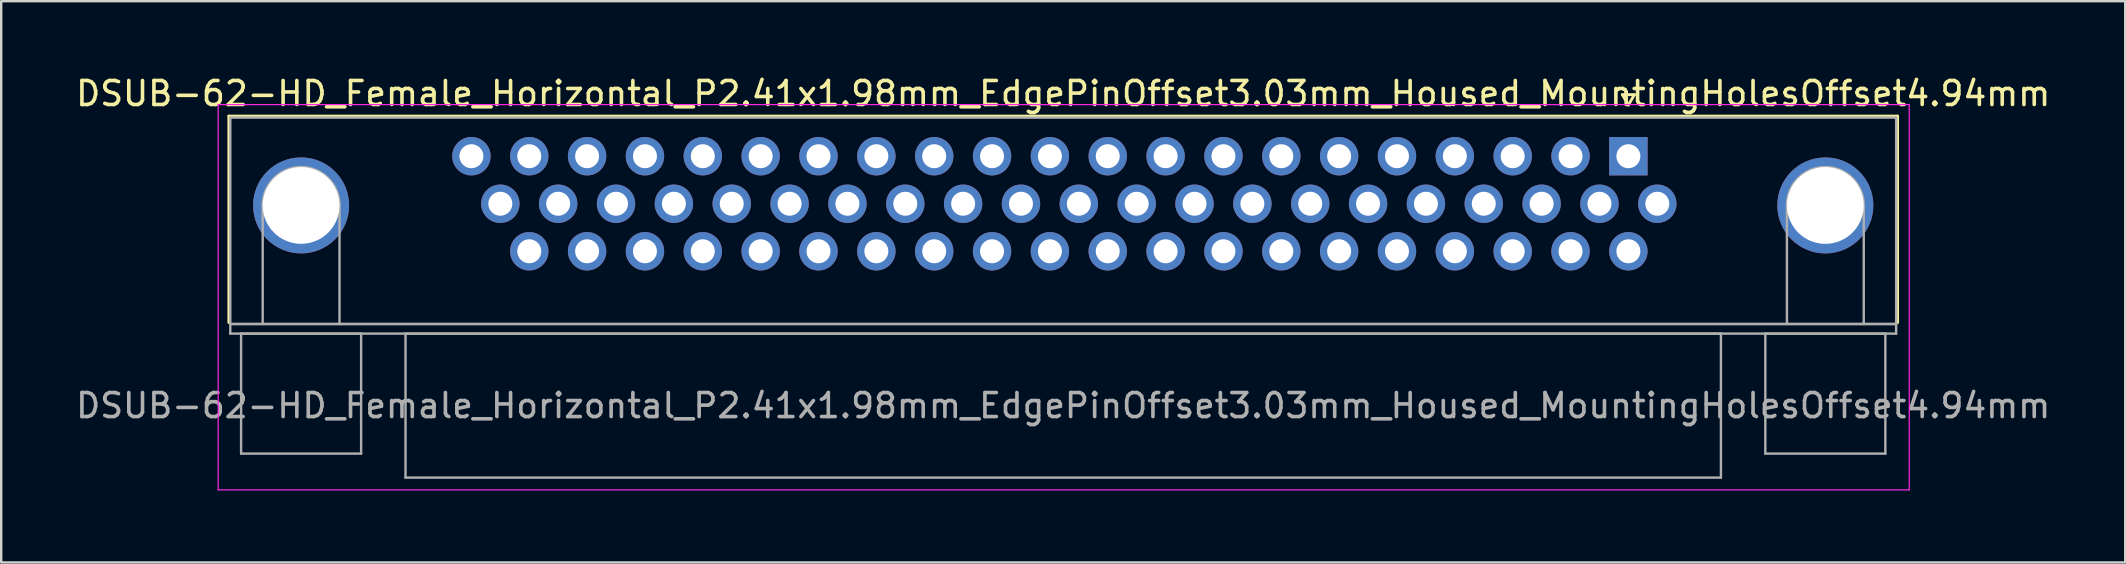
<source format=kicad_pcb>
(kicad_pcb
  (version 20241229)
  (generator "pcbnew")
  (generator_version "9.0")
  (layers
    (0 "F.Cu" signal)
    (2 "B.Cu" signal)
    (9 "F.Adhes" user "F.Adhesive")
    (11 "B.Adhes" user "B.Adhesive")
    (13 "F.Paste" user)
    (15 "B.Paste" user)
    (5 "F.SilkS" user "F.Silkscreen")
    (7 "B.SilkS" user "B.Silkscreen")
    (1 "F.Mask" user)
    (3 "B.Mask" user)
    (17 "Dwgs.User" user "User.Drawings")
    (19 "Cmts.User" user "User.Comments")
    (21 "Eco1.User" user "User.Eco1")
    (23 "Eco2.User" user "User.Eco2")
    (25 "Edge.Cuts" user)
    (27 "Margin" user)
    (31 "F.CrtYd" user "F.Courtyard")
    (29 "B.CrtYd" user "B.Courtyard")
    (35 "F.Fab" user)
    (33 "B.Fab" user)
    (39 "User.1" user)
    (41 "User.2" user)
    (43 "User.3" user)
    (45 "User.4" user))
  (footprint "DSUB-62-HD_Female_Horizontal_P2.41x1.98mm_EdgePinOffset3.03mm_Housed_MountingHolesOffset4.94mm"
    (layer "F.Cu")
    (at 64.789 3.458)
    (property "Reference" "DSUB-62-HD_Female_Horizontal_P2.41x1.98mm_EdgePinOffset3.03mm_Housed_MountingHolesOffset4.94mm" (at -23.545 -2.61 0) (layer "F.SilkS") (effects (font (size 1 1) (thickness 0.15))))
    (attr through_hole)
    (fp_line (start -58.305 -1.67) (end 11.215 -1.67) (stroke (width 0.12) (type solid)) (layer "F.SilkS"))
    (fp_line (start -58.305 6.93) (end -58.305 -1.67) (stroke (width 0.12) (type solid)) (layer "F.SilkS"))
    (fp_line (start -0.25 -2.564) (end 0.25 -2.564) (stroke (width 0.12) (type solid)) (layer "F.SilkS"))
    (fp_line (start 0 -2.131) (end -0.25 -2.564) (stroke (width 0.12) (type solid)) (layer "F.SilkS"))
    (fp_line (start 0.25 -2.564) (end 0 -2.131) (stroke (width 0.12) (type solid)) (layer "F.SilkS"))
    (fp_line (start 11.215 -1.67) (end 11.215 6.93) (stroke (width 0.12) (type solid)) (layer "F.SilkS"))
    (fp_line (start -58.75 -2.15) (end -58.75 13.9) (stroke (width 0.05) (type solid)) (layer "F.CrtYd"))
    (fp_line (start -58.75 13.9) (end 11.7 13.9) (stroke (width 0.05) (type solid)) (layer "F.CrtYd"))
    (fp_line (start 11.7 -2.15) (end -58.75 -2.15) (stroke (width 0.05) (type solid)) (layer "F.CrtYd"))
    (fp_line (start 11.7 13.9) (end 11.7 -2.15) (stroke (width 0.05) (type solid)) (layer "F.CrtYd"))
    (fp_line (start -58.245 -1.61) (end -58.245 6.99) (stroke (width 0.1) (type solid)) (layer "F.Fab"))
    (fp_line (start -58.245 6.99) (end -58.245 7.39) (stroke (width 0.1) (type solid)) (layer "F.Fab"))
    (fp_line (start -58.245 6.99) (end 11.155 6.99) (stroke (width 0.1) (type solid)) (layer "F.Fab"))
    (fp_line (start -58.245 7.39) (end 11.155 7.39) (stroke (width 0.1) (type solid)) (layer "F.Fab"))
    (fp_line (start -57.795 7.39) (end -57.795 12.39) (stroke (width 0.1) (type solid)) (layer "F.Fab"))
    (fp_line (start -57.795 12.39) (end -52.795 12.39) (stroke (width 0.1) (type solid)) (layer "F.Fab"))
    (fp_line (start -56.895 6.99) (end -56.895 2.05) (stroke (width 0.1) (type solid)) (layer "F.Fab"))
    (fp_line (start -53.695 6.99) (end -53.695 2.05) (stroke (width 0.1) (type solid)) (layer "F.Fab"))
    (fp_line (start -52.795 7.39) (end -57.795 7.39) (stroke (width 0.1) (type solid)) (layer "F.Fab"))
    (fp_line (start -52.795 12.39) (end -52.795 7.39) (stroke (width 0.1) (type solid)) (layer "F.Fab"))
    (fp_line (start -50.945 7.39) (end -50.945 13.39) (stroke (width 0.1) (type solid)) (layer "F.Fab"))
    (fp_line (start -50.945 13.39) (end 3.855 13.39) (stroke (width 0.1) (type solid)) (layer "F.Fab"))
    (fp_line (start 3.855 7.39) (end -50.945 7.39) (stroke (width 0.1) (type solid)) (layer "F.Fab"))
    (fp_line (start 3.855 13.39) (end 3.855 7.39) (stroke (width 0.1) (type solid)) (layer "F.Fab"))
    (fp_line (start 5.705 7.39) (end 5.705 12.39) (stroke (width 0.1) (type solid)) (layer "F.Fab"))
    (fp_line (start 5.705 12.39) (end 10.705 12.39) (stroke (width 0.1) (type solid)) (layer "F.Fab"))
    (fp_line (start 6.605 6.99) (end 6.605 2.05) (stroke (width 0.1) (type solid)) (layer "F.Fab"))
    (fp_line (start 9.805 6.99) (end 9.805 2.05) (stroke (width 0.1) (type solid)) (layer "F.Fab"))
    (fp_line (start 10.705 7.39) (end 5.705 7.39) (stroke (width 0.1) (type solid)) (layer "F.Fab"))
    (fp_line (start 10.705 12.39) (end 10.705 7.39) (stroke (width 0.1) (type solid)) (layer "F.Fab"))
    (fp_line (start 11.155 -1.61) (end -58.245 -1.61) (stroke (width 0.1) (type solid)) (layer "F.Fab"))
    (fp_line (start 11.155 6.99) (end -58.245 6.99) (stroke (width 0.1) (type solid)) (layer "F.Fab"))
    (fp_line (start 11.155 6.99) (end 11.155 -1.61) (stroke (width 0.1) (type solid)) (layer "F.Fab"))
    (fp_line (start 11.155 7.39) (end 11.155 6.99) (stroke (width 0.1) (type solid)) (layer "F.Fab"))
    (fp_arc (start -56.895 2.05) (mid -55.295 0.45) (end -53.695 2.05) (stroke (width 0.1) (type solid)) (layer "F.Fab"))
    (fp_arc (start 6.605 2.05) (mid 8.205 0.45) (end 9.805 2.05) (stroke (width 0.1) (type solid)) (layer "F.Fab"))
    (fp_text user "${REFERENCE}" (at -23.545 10.39 0) (layer "F.Fab") (effects (font (size 1 1) (thickness 0.15))))
    (pad "0" thru_hole circle (at -55.295 2.05) (size 4 4) (drill 3.2) (layers "*.Cu" "*.Mask"))
    (pad "0" thru_hole circle (at 8.205 2.05) (size 4 4) (drill 3.2) (layers "*.Cu" "*.Mask"))
    (pad "1" thru_hole rect (at 0 0) (size 1.6 1.6) (drill 1) (layers "*.Cu" "*.Mask"))
    (pad "2" thru_hole circle (at -2.41 0) (size 1.6 1.6) (drill 1) (layers "*.Cu" "*.Mask"))
    (pad "3" thru_hole circle (at -4.82 0) (size 1.6 1.6) (drill 1) (layers "*.Cu" "*.Mask"))
    (pad "4" thru_hole circle (at -7.23 0) (size 1.6 1.6) (drill 1) (layers "*.Cu" "*.Mask"))
    (pad "5" thru_hole circle (at -9.64 0) (size 1.6 1.6) (drill 1) (layers "*.Cu" "*.Mask"))
    (pad "6" thru_hole circle (at -12.05 0) (size 1.6 1.6) (drill 1) (layers "*.Cu" "*.Mask"))
    (pad "7" thru_hole circle (at -14.46 0) (size 1.6 1.6) (drill 1) (layers "*.Cu" "*.Mask"))
    (pad "8" thru_hole circle (at -16.87 0) (size 1.6 1.6) (drill 1) (layers "*.Cu" "*.Mask"))
    (pad "9" thru_hole circle (at -19.28 0) (size 1.6 1.6) (drill 1) (layers "*.Cu" "*.Mask"))
    (pad "10" thru_hole circle (at -21.69 0) (size 1.6 1.6) (drill 1) (layers "*.Cu" "*.Mask"))
    (pad "11" thru_hole circle (at -24.1 0) (size 1.6 1.6) (drill 1) (layers "*.Cu" "*.Mask"))
    (pad "12" thru_hole circle (at -26.51 0) (size 1.6 1.6) (drill 1) (layers "*.Cu" "*.Mask"))
    (pad "13" thru_hole circle (at -28.92 0) (size 1.6 1.6) (drill 1) (layers "*.Cu" "*.Mask"))
    (pad "14" thru_hole circle (at -31.33 0) (size 1.6 1.6) (drill 1) (layers "*.Cu" "*.Mask"))
    (pad "15" thru_hole circle (at -33.74 0) (size 1.6 1.6) (drill 1) (layers "*.Cu" "*.Mask"))
    (pad "16" thru_hole circle (at -36.15 0) (size 1.6 1.6) (drill 1) (layers "*.Cu" "*.Mask"))
    (pad "17" thru_hole circle (at -38.56 0) (size 1.6 1.6) (drill 1) (layers "*.Cu" "*.Mask"))
    (pad "18" thru_hole circle (at -40.97 0) (size 1.6 1.6) (drill 1) (layers "*.Cu" "*.Mask"))
    (pad "19" thru_hole circle (at -43.38 0) (size 1.6 1.6) (drill 1) (layers "*.Cu" "*.Mask"))
    (pad "20" thru_hole circle (at -45.79 0) (size 1.6 1.6) (drill 1) (layers "*.Cu" "*.Mask"))
    (pad "21" thru_hole circle (at -48.2 0) (size 1.6 1.6) (drill 1) (layers "*.Cu" "*.Mask"))
    (pad "22" thru_hole circle (at 1.205 1.98) (size 1.6 1.6) (drill 1) (layers "*.Cu" "*.Mask"))
    (pad "23" thru_hole circle (at -1.205 1.98) (size 1.6 1.6) (drill 1) (layers "*.Cu" "*.Mask"))
    (pad "24" thru_hole circle (at -3.615 1.98) (size 1.6 1.6) (drill 1) (layers "*.Cu" "*.Mask"))
    (pad "25" thru_hole circle (at -6.025 1.98) (size 1.6 1.6) (drill 1) (layers "*.Cu" "*.Mask"))
    (pad "26" thru_hole circle (at -8.435 1.98) (size 1.6 1.6) (drill 1) (layers "*.Cu" "*.Mask"))
    (pad "27" thru_hole circle (at -10.845 1.98) (size 1.6 1.6) (drill 1) (layers "*.Cu" "*.Mask"))
    (pad "28" thru_hole circle (at -13.255 1.98) (size 1.6 1.6) (drill 1) (layers "*.Cu" "*.Mask"))
    (pad "29" thru_hole circle (at -15.665 1.98) (size 1.6 1.6) (drill 1) (layers "*.Cu" "*.Mask"))
    (pad "30" thru_hole circle (at -18.075 1.98) (size 1.6 1.6) (drill 1) (layers "*.Cu" "*.Mask"))
    (pad "31" thru_hole circle (at -20.485 1.98) (size 1.6 1.6) (drill 1) (layers "*.Cu" "*.Mask"))
    (pad "32" thru_hole circle (at -22.895 1.98) (size 1.6 1.6) (drill 1) (layers "*.Cu" "*.Mask"))
    (pad "33" thru_hole circle (at -25.305 1.98) (size 1.6 1.6) (drill 1) (layers "*.Cu" "*.Mask"))
    (pad "34" thru_hole circle (at -27.715 1.98) (size 1.6 1.6) (drill 1) (layers "*.Cu" "*.Mask"))
    (pad "35" thru_hole circle (at -30.125 1.98) (size 1.6 1.6) (drill 1) (layers "*.Cu" "*.Mask"))
    (pad "36" thru_hole circle (at -32.535 1.98) (size 1.6 1.6) (drill 1) (layers "*.Cu" "*.Mask"))
    (pad "37" thru_hole circle (at -34.945 1.98) (size 1.6 1.6) (drill 1) (layers "*.Cu" "*.Mask"))
    (pad "38" thru_hole circle (at -37.355 1.98) (size 1.6 1.6) (drill 1) (layers "*.Cu" "*.Mask"))
    (pad "39" thru_hole circle (at -39.765 1.98) (size 1.6 1.6) (drill 1) (layers "*.Cu" "*.Mask"))
    (pad "40" thru_hole circle (at -42.175 1.98) (size 1.6 1.6) (drill 1) (layers "*.Cu" "*.Mask"))
    (pad "41" thru_hole circle (at -44.585 1.98) (size 1.6 1.6) (drill 1) (layers "*.Cu" "*.Mask"))
    (pad "42" thru_hole circle (at -46.995 1.98) (size 1.6 1.6) (drill 1) (layers "*.Cu" "*.Mask"))
    (pad "43" thru_hole circle (at 0 3.96) (size 1.6 1.6) (drill 1) (layers "*.Cu" "*.Mask"))
    (pad "44" thru_hole circle (at -2.41 3.96) (size 1.6 1.6) (drill 1) (layers "*.Cu" "*.Mask"))
    (pad "45" thru_hole circle (at -4.82 3.96) (size 1.6 1.6) (drill 1) (layers "*.Cu" "*.Mask"))
    (pad "46" thru_hole circle (at -7.23 3.96) (size 1.6 1.6) (drill 1) (layers "*.Cu" "*.Mask"))
    (pad "47" thru_hole circle (at -9.64 3.96) (size 1.6 1.6) (drill 1) (layers "*.Cu" "*.Mask"))
    (pad "48" thru_hole circle (at -12.05 3.96) (size 1.6 1.6) (drill 1) (layers "*.Cu" "*.Mask"))
    (pad "49" thru_hole circle (at -14.46 3.96) (size 1.6 1.6) (drill 1) (layers "*.Cu" "*.Mask"))
    (pad "50" thru_hole circle (at -16.87 3.96) (size 1.6 1.6) (drill 1) (layers "*.Cu" "*.Mask"))
    (pad "51" thru_hole circle (at -19.28 3.96) (size 1.6 1.6) (drill 1) (layers "*.Cu" "*.Mask"))
    (pad "52" thru_hole circle (at -21.69 3.96) (size 1.6 1.6) (drill 1) (layers "*.Cu" "*.Mask"))
    (pad "53" thru_hole circle (at -24.1 3.96) (size 1.6 1.6) (drill 1) (layers "*.Cu" "*.Mask"))
    (pad "54" thru_hole circle (at -26.51 3.96) (size 1.6 1.6) (drill 1) (layers "*.Cu" "*.Mask"))
    (pad "55" thru_hole circle (at -28.92 3.96) (size 1.6 1.6) (drill 1) (layers "*.Cu" "*.Mask"))
    (pad "56" thru_hole circle (at -31.33 3.96) (size 1.6 1.6) (drill 1) (layers "*.Cu" "*.Mask"))
    (pad "57" thru_hole circle (at -33.74 3.96) (size 1.6 1.6) (drill 1) (layers "*.Cu" "*.Mask"))
    (pad "58" thru_hole circle (at -36.15 3.96) (size 1.6 1.6) (drill 1) (layers "*.Cu" "*.Mask"))
    (pad "59" thru_hole circle (at -38.56 3.96) (size 1.6 1.6) (drill 1) (layers "*.Cu" "*.Mask"))
    (pad "60" thru_hole circle (at -40.97 3.96) (size 1.6 1.6) (drill 1) (layers "*.Cu" "*.Mask"))
    (pad "61" thru_hole circle (at -43.38 3.96) (size 1.6 1.6) (drill 1) (layers "*.Cu" "*.Mask"))
    (pad "62" thru_hole circle (at -45.79 3.96) (size 1.6 1.6) (drill 1) (layers "*.Cu" "*.Mask")))
  (gr_rect
    (start -3 -3)
    (end 85.488 20.383)
    (stroke (width 0.1) (type default))
    (fill no)
    (layer "Edge.Cuts")))
</source>
